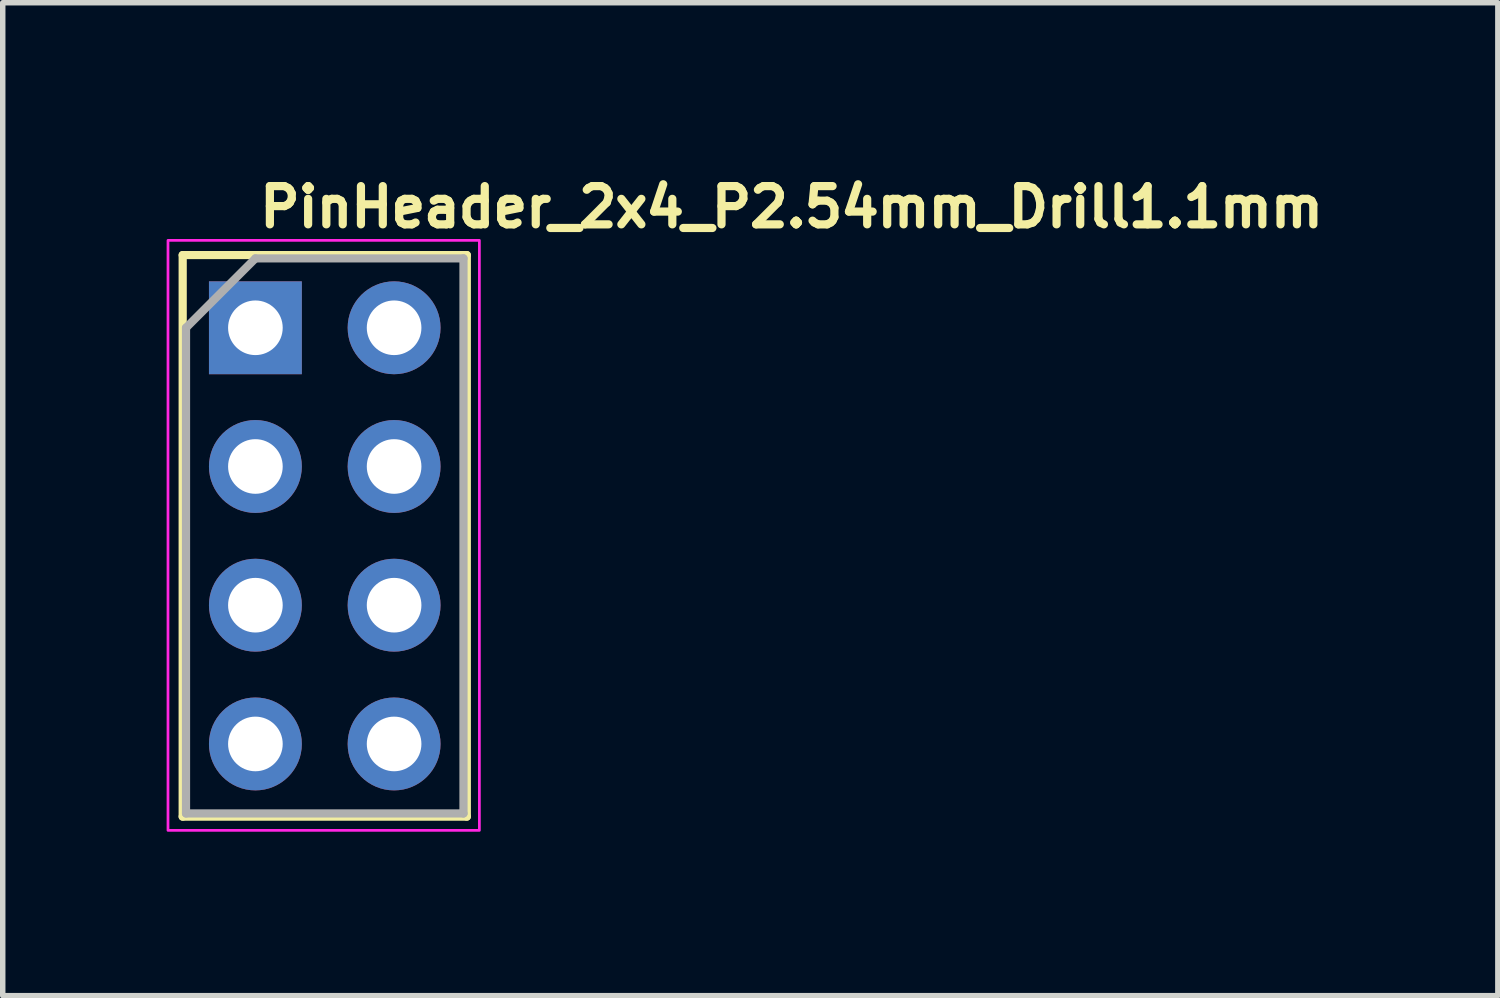
<source format=kicad_pcb>
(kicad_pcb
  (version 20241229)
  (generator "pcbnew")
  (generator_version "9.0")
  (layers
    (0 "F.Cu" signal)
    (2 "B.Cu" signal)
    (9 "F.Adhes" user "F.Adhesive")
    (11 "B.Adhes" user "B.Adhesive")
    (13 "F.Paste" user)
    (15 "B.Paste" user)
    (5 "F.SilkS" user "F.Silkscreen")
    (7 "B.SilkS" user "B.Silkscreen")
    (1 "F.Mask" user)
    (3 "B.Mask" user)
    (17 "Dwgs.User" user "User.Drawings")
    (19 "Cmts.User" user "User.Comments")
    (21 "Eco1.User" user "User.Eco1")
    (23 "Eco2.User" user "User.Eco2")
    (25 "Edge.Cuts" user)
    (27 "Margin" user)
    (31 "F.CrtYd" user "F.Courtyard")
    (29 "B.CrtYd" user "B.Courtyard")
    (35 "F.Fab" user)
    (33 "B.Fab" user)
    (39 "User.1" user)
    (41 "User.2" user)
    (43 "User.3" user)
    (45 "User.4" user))
  (footprint "PinHeader_2x4_P2.54mm_Drill1.1mm"
    (layer "F.Cu")
    (at 1.625 2.95)
    (property "Reference" "PinHeader_2x4_P2.54mm_Drill1.1mm" (at 0 -1.8 0) (layer "F.SilkS") (effects (font (size 0.7 0.7) (thickness 0.15)) (justify left bottom)))
    (attr through_hole)
    (fp_line (start -1.331 -1.331) (end -1.331 8.948) (stroke (width 0.15) (type solid)) (layer "F.SilkS"))
    (fp_line (start -1.331 -1.331) (end 3.87 -1.331) (stroke (width 0.15) (type solid)) (layer "F.SilkS"))
    (fp_line (start -1.331 8.948) (end 3.87 8.948) (stroke (width 0.15) (type solid)) (layer "F.SilkS"))
    (fp_line (start 3.87 -1.331) (end 3.87 8.948) (stroke (width 0.15) (type solid)) (layer "F.SilkS"))
    (fp_rect (start -1.6 -1.6) (end 4.1 9.2) (stroke (width 0.05) (type solid)) (fill no) (layer "F.CrtYd"))
    (fp_line (start -1.27 0) (end 0 -1.27) (stroke (width 0.15) (type solid)) (layer "F.Fab"))
    (fp_line (start -1.27 8.89) (end -1.27 0) (stroke (width 0.15) (type solid)) (layer "F.Fab"))
    (fp_line (start 0 -1.27) (end 3.809 -1.27) (stroke (width 0.15) (type solid)) (layer "F.Fab"))
    (fp_line (start 3.809 -1.27) (end 3.809 8.89) (stroke (width 0.15) (type solid)) (layer "F.Fab"))
    (fp_line (start 3.809 8.89) (end -1.27 8.89) (stroke (width 0.15) (type solid)) (layer "F.Fab"))
    (fp_rect (start 3.781 8.891) (end -1.239 -1.269) (stroke (width 0.1) (type solid)) (fill no) (layer "User.5"))
    (fp_line (start -1.239 -1.269) (end -1.239 1.047) (stroke (width 0.02) (type solid)) (layer "User.9"))
    (fp_line (start -1.239 -1.269) (end 3.781 -1.269) (stroke (width 0.02) (type solid)) (layer "User.9"))
    (fp_line (start -1.239 1.047) (end -1.015 1.27) (stroke (width 0.02) (type solid)) (layer "User.9"))
    (fp_line (start -1.239 1.047) (end 3.781 1.047) (stroke (width 0.02) (type solid)) (layer "User.9"))
    (fp_line (start -1.239 1.496) (end -1.239 3.586) (stroke (width 0.02) (type solid)) (layer "User.9"))
    (fp_line (start -1.239 1.496) (end -1.015 1.27) (stroke (width 0.02) (type solid)) (layer "User.9"))
    (fp_line (start -1.239 1.496) (end 3.781 1.496) (stroke (width 0.02) (type solid)) (layer "User.9"))
    (fp_line (start -1.239 3.586) (end -1.015 3.81) (stroke (width 0.02) (type solid)) (layer "User.9"))
    (fp_line (start -1.239 3.586) (end 3.781 3.586) (stroke (width 0.02) (type solid)) (layer "User.9"))
    (fp_line (start -1.239 4.036) (end -1.239 6.127) (stroke (width 0.02) (type solid)) (layer "User.9"))
    (fp_line (start -1.239 4.036) (end -1.015 3.81) (stroke (width 0.02) (type solid)) (layer "User.9"))
    (fp_line (start -1.239 4.036) (end 3.781 4.036) (stroke (width 0.02) (type solid)) (layer "User.9"))
    (fp_line (start -1.239 6.127) (end -1.015 6.351) (stroke (width 0.02) (type solid)) (layer "User.9"))
    (fp_line (start -1.239 6.127) (end 3.781 6.127) (stroke (width 0.02) (type solid)) (layer "User.9"))
    (fp_line (start -1.239 6.576) (end -1.239 8.891) (stroke (width 0.02) (type solid)) (layer "User.9"))
    (fp_line (start -1.239 6.576) (end -1.015 6.351) (stroke (width 0.02) (type solid)) (layer "User.9"))
    (fp_line (start -1.239 6.576) (end 3.781 6.576) (stroke (width 0.02) (type solid)) (layer "User.9"))
    (fp_line (start -1.239 8.891) (end 3.781 8.891) (stroke (width 0.02) (type solid)) (layer "User.9"))
    (fp_line (start -1.015 1.27) (end 3.556 1.27) (stroke (width 0.02) (type solid)) (layer "User.9"))
    (fp_line (start -1.015 3.81) (end 3.556 3.81) (stroke (width 0.02) (type solid)) (layer "User.9"))
    (fp_line (start -1.015 6.351) (end 3.556 6.351) (stroke (width 0.02) (type solid)) (layer "User.9"))
    (fp_line (start -0.32 -0.32) (end -0.32 0.32) (stroke (width 0.02) (type solid)) (layer "User.9"))
    (fp_line (start -0.32 -0.32) (end -0.064 -0.064) (stroke (width 0.02) (type solid)) (layer "User.9"))
    (fp_line (start -0.32 -0.32) (end 0.32 -0.32) (stroke (width 0.02) (type solid)) (layer "User.9"))
    (fp_line (start -0.32 0.32) (end -0.064 0.064) (stroke (width 0.02) (type solid)) (layer "User.9"))
    (fp_line (start -0.32 0.32) (end 0.32 0.32) (stroke (width 0.02) (type solid)) (layer "User.9"))
    (fp_line (start -0.32 2.222) (end -0.32 2.86) (stroke (width 0.02) (type solid)) (layer "User.9"))
    (fp_line (start -0.32 2.222) (end -0.064 2.476) (stroke (width 0.02) (type solid)) (layer "User.9"))
    (fp_line (start -0.32 2.222) (end 0.32 2.222) (stroke (width 0.02) (type solid)) (layer "User.9"))
    (fp_line (start -0.32 2.86) (end -0.064 2.605) (stroke (width 0.02) (type solid)) (layer "User.9"))
    (fp_line (start -0.32 2.86) (end 0.32 2.86) (stroke (width 0.02) (type solid)) (layer "User.9"))
    (fp_line (start -0.32 4.76) (end -0.32 5.401) (stroke (width 0.02) (type solid)) (layer "User.9"))
    (fp_line (start -0.32 4.76) (end -0.064 5.016) (stroke (width 0.02) (type solid)) (layer "User.9"))
    (fp_line (start -0.32 4.76) (end 0.32 4.76) (stroke (width 0.02) (type solid)) (layer "User.9"))
    (fp_line (start -0.32 5.401) (end -0.064 5.146) (stroke (width 0.02) (type solid)) (layer "User.9"))
    (fp_line (start -0.32 5.401) (end 0.32 5.401) (stroke (width 0.02) (type solid)) (layer "User.9"))
    (fp_line (start -0.32 7.3) (end -0.32 7.941) (stroke (width 0.02) (type solid)) (layer "User.9"))
    (fp_line (start -0.32 7.3) (end -0.064 7.556) (stroke (width 0.02) (type solid)) (layer "User.9"))
    (fp_line (start -0.32 7.3) (end 0.32 7.3) (stroke (width 0.02) (type solid)) (layer "User.9"))
    (fp_line (start -0.32 7.941) (end -0.064 7.686) (stroke (width 0.02) (type solid)) (layer "User.9"))
    (fp_line (start -0.32 7.941) (end 0.32 7.941) (stroke (width 0.02) (type solid)) (layer "User.9"))
    (fp_line (start -0.064 -0.064) (end -0.064 0.064) (stroke (width 0.02) (type solid)) (layer "User.9"))
    (fp_line (start -0.064 -0.064) (end 0.064 -0.064) (stroke (width 0.02) (type solid)) (layer "User.9"))
    (fp_line (start -0.064 0.064) (end 0.064 0.064) (stroke (width 0.02) (type solid)) (layer "User.9"))
    (fp_line (start -0.064 2.476) (end -0.064 2.605) (stroke (width 0.02) (type solid)) (layer "User.9"))
    (fp_line (start -0.064 2.476) (end 0.064 2.476) (stroke (width 0.02) (type solid)) (layer "User.9"))
    (fp_line (start -0.064 2.605) (end 0.064 2.605) (stroke (width 0.02) (type solid)) (layer "User.9"))
    (fp_line (start -0.064 5.016) (end -0.064 5.146) (stroke (width 0.02) (type solid)) (layer "User.9"))
    (fp_line (start -0.064 5.016) (end 0.064 5.016) (stroke (width 0.02) (type solid)) (layer "User.9"))
    (fp_line (start -0.064 5.146) (end 0.064 5.146) (stroke (width 0.02) (type solid)) (layer "User.9"))
    (fp_line (start -0.064 7.556) (end -0.064 7.686) (stroke (width 0.02) (type solid)) (layer "User.9"))
    (fp_line (start -0.064 7.556) (end 0.064 7.556) (stroke (width 0.02) (type solid)) (layer "User.9"))
    (fp_line (start -0.064 7.686) (end 0.064 7.686) (stroke (width 0.02) (type solid)) (layer "User.9"))
    (fp_line (start 0.064 -0.064) (end 0.064 0.064) (stroke (width 0.02) (type solid)) (layer "User.9"))
    (fp_line (start 0.064 2.476) (end 0.064 2.605) (stroke (width 0.02) (type solid)) (layer "User.9"))
    (fp_line (start 0.064 5.016) (end 0.064 5.146) (stroke (width 0.02) (type solid)) (layer "User.9"))
    (fp_line (start 0.064 7.556) (end 0.064 7.686) (stroke (width 0.02) (type solid)) (layer "User.9"))
    (fp_line (start 0.32 -0.32) (end 0.064 -0.064) (stroke (width 0.02) (type solid)) (layer "User.9"))
    (fp_line (start 0.32 -0.32) (end 0.32 0.32) (stroke (width 0.02) (type solid)) (layer "User.9"))
    (fp_line (start 0.32 0.32) (end 0.064 0.064) (stroke (width 0.02) (type solid)) (layer "User.9"))
    (fp_line (start 0.32 2.222) (end 0.064 2.476) (stroke (width 0.02) (type solid)) (layer "User.9"))
    (fp_line (start 0.32 2.222) (end 0.32 2.86) (stroke (width 0.02) (type solid)) (layer "User.9"))
    (fp_line (start 0.32 2.86) (end 0.064 2.605) (stroke (width 0.02) (type solid)) (layer "User.9"))
    (fp_line (start 0.32 4.76) (end 0.064 5.016) (stroke (width 0.02) (type solid)) (layer "User.9"))
    (fp_line (start 0.32 4.76) (end 0.32 5.401) (stroke (width 0.02) (type solid)) (layer "User.9"))
    (fp_line (start 0.32 5.401) (end 0.064 5.146) (stroke (width 0.02) (type solid)) (layer "User.9"))
    (fp_line (start 0.32 7.3) (end 0.064 7.556) (stroke (width 0.02) (type solid)) (layer "User.9"))
    (fp_line (start 0.32 7.3) (end 0.32 7.941) (stroke (width 0.02) (type solid)) (layer "User.9"))
    (fp_line (start 0.32 7.941) (end 0.064 7.686) (stroke (width 0.02) (type solid)) (layer "User.9"))
    (fp_line (start 2.222 -0.32) (end 2.222 0.32) (stroke (width 0.02) (type solid)) (layer "User.9"))
    (fp_line (start 2.222 -0.32) (end 2.476 -0.064) (stroke (width 0.02) (type solid)) (layer "User.9"))
    (fp_line (start 2.222 -0.32) (end 2.86 -0.32) (stroke (width 0.02) (type solid)) (layer "User.9"))
    (fp_line (start 2.222 0.32) (end 2.476 0.064) (stroke (width 0.02) (type solid)) (layer "User.9"))
    (fp_line (start 2.222 0.32) (end 2.86 0.32) (stroke (width 0.02) (type solid)) (layer "User.9"))
    (fp_line (start 2.222 2.222) (end 2.222 2.86) (stroke (width 0.02) (type solid)) (layer "User.9"))
    (fp_line (start 2.222 2.222) (end 2.476 2.476) (stroke (width 0.02) (type solid)) (layer "User.9"))
    (fp_line (start 2.222 2.222) (end 2.86 2.222) (stroke (width 0.02) (type solid)) (layer "User.9"))
    (fp_line (start 2.222 2.86) (end 2.476 2.605) (stroke (width 0.02) (type solid)) (layer "User.9"))
    (fp_line (start 2.222 2.86) (end 2.86 2.86) (stroke (width 0.02) (type solid)) (layer "User.9"))
    (fp_line (start 2.222 4.76) (end 2.222 5.401) (stroke (width 0.02) (type solid)) (layer "User.9"))
    (fp_line (start 2.222 4.76) (end 2.476 5.016) (stroke (width 0.02) (type solid)) (layer "User.9"))
    (fp_line (start 2.222 4.76) (end 2.86 4.76) (stroke (width 0.02) (type solid)) (layer "User.9"))
    (fp_line (start 2.222 5.401) (end 2.476 5.146) (stroke (width 0.02) (type solid)) (layer "User.9"))
    (fp_line (start 2.222 5.401) (end 2.86 5.401) (stroke (width 0.02) (type solid)) (layer "User.9"))
    (fp_line (start 2.222 7.3) (end 2.222 7.941) (stroke (width 0.02) (type solid)) (layer "User.9"))
    (fp_line (start 2.222 7.3) (end 2.476 7.556) (stroke (width 0.02) (type solid)) (layer "User.9"))
    (fp_line (start 2.222 7.3) (end 2.86 7.3) (stroke (width 0.02) (type solid)) (layer "User.9"))
    (fp_line (start 2.222 7.941) (end 2.476 7.686) (stroke (width 0.02) (type solid)) (layer "User.9"))
    (fp_line (start 2.222 7.941) (end 2.86 7.941) (stroke (width 0.02) (type solid)) (layer "User.9"))
    (fp_line (start 2.476 -0.064) (end 2.476 0.064) (stroke (width 0.02) (type solid)) (layer "User.9"))
    (fp_line (start 2.476 -0.064) (end 2.605 -0.064) (stroke (width 0.02) (type solid)) (layer "User.9"))
    (fp_line (start 2.476 0.064) (end 2.605 0.064) (stroke (width 0.02) (type solid)) (layer "User.9"))
    (fp_line (start 2.476 2.476) (end 2.476 2.605) (stroke (width 0.02) (type solid)) (layer "User.9"))
    (fp_line (start 2.476 2.476) (end 2.605 2.476) (stroke (width 0.02) (type solid)) (layer "User.9"))
    (fp_line (start 2.476 2.605) (end 2.605 2.605) (stroke (width 0.02) (type solid)) (layer "User.9"))
    (fp_line (start 2.476 5.016) (end 2.476 5.146) (stroke (width 0.02) (type solid)) (layer "User.9"))
    (fp_line (start 2.476 5.016) (end 2.605 5.016) (stroke (width 0.02) (type solid)) (layer "User.9"))
    (fp_line (start 2.476 5.146) (end 2.605 5.146) (stroke (width 0.02) (type solid)) (layer "User.9"))
    (fp_line (start 2.476 7.556) (end 2.476 7.686) (stroke (width 0.02) (type solid)) (layer "User.9"))
    (fp_line (start 2.476 7.556) (end 2.605 7.556) (stroke (width 0.02) (type solid)) (layer "User.9"))
    (fp_line (start 2.476 7.686) (end 2.605 7.686) (stroke (width 0.02) (type solid)) (layer "User.9"))
    (fp_line (start 2.605 -0.064) (end 2.605 0.064) (stroke (width 0.02) (type solid)) (layer "User.9"))
    (fp_line (start 2.605 2.476) (end 2.605 2.605) (stroke (width 0.02) (type solid)) (layer "User.9"))
    (fp_line (start 2.605 5.016) (end 2.605 5.146) (stroke (width 0.02) (type solid)) (layer "User.9"))
    (fp_line (start 2.605 7.556) (end 2.605 7.686) (stroke (width 0.02) (type solid)) (layer "User.9"))
    (fp_line (start 2.86 -0.32) (end 2.605 -0.064) (stroke (width 0.02) (type solid)) (layer "User.9"))
    (fp_line (start 2.86 -0.32) (end 2.86 0.32) (stroke (width 0.02) (type solid)) (layer "User.9"))
    (fp_line (start 2.86 0.32) (end 2.605 0.064) (stroke (width 0.02) (type solid)) (layer "User.9"))
    (fp_line (start 2.86 2.222) (end 2.605 2.476) (stroke (width 0.02) (type solid)) (layer "User.9"))
    (fp_line (start 2.86 2.222) (end 2.86 2.86) (stroke (width 0.02) (type solid)) (layer "User.9"))
    (fp_line (start 2.86 2.86) (end 2.605 2.605) (stroke (width 0.02) (type solid)) (layer "User.9"))
    (fp_line (start 2.86 4.76) (end 2.605 5.016) (stroke (width 0.02) (type solid)) (layer "User.9"))
    (fp_line (start 2.86 4.76) (end 2.86 5.401) (stroke (width 0.02) (type solid)) (layer "User.9"))
    (fp_line (start 2.86 5.401) (end 2.605 5.146) (stroke (width 0.02) (type solid)) (layer "User.9"))
    (fp_line (start 2.86 7.3) (end 2.605 7.556) (stroke (width 0.02) (type solid)) (layer "User.9"))
    (fp_line (start 2.86 7.3) (end 2.86 7.941) (stroke (width 0.02) (type solid)) (layer "User.9"))
    (fp_line (start 2.86 7.941) (end 2.605 7.686) (stroke (width 0.02) (type solid)) (layer "User.9"))
    (fp_line (start 3.781 -1.269) (end 3.781 1.047) (stroke (width 0.02) (type solid)) (layer "User.9"))
    (fp_line (start 3.781 1.047) (end 3.556 1.27) (stroke (width 0.02) (type solid)) (layer "User.9"))
    (fp_line (start 3.781 1.496) (end 3.556 1.27) (stroke (width 0.02) (type solid)) (layer "User.9"))
    (fp_line (start 3.781 1.496) (end 3.781 3.586) (stroke (width 0.02) (type solid)) (layer "User.9"))
    (fp_line (start 3.781 3.586) (end 3.556 3.81) (stroke (width 0.02) (type solid)) (layer "User.9"))
    (fp_line (start 3.781 4.036) (end 3.556 3.81) (stroke (width 0.02) (type solid)) (layer "User.9"))
    (fp_line (start 3.781 4.036) (end 3.781 6.127) (stroke (width 0.02) (type solid)) (layer "User.9"))
    (fp_line (start 3.781 6.127) (end 3.556 6.351) (stroke (width 0.02) (type solid)) (layer "User.9"))
    (fp_line (start 3.781 6.576) (end 3.556 6.351) (stroke (width 0.02) (type solid)) (layer "User.9"))
    (fp_line (start 3.781 6.576) (end 3.781 8.891) (stroke (width 0.02) (type solid)) (layer "User.9"))
    (pad "1" thru_hole rect (at 0 0) (size 1.7 1.7) (drill 1) (layers "*.Cu" "*.Mask"))
    (pad "2" thru_hole oval (at 2.539 0) (size 1.7 1.7) (drill 1) (layers "*.Cu" "*.Mask"))
    (pad "3" thru_hole oval (at 0 2.539) (size 1.7 1.7) (drill 1) (layers "*.Cu" "*.Mask"))
    (pad "4" thru_hole oval (at 2.539 2.539) (size 1.7 1.7) (drill 1) (layers "*.Cu" "*.Mask"))
    (pad "5" thru_hole oval (at 0 5.078) (size 1.7 1.7) (drill 1) (layers "*.Cu" "*.Mask"))
    (pad "6" thru_hole oval (at 2.539 5.078) (size 1.7 1.7) (drill 1) (layers "*.Cu" "*.Mask"))
    (pad "7" thru_hole oval (at 0 7.618) (size 1.7 1.7) (drill 1) (layers "*.Cu" "*.Mask"))
    (pad "8" thru_hole oval (at 2.539 7.618) (size 1.7 1.7) (drill 1) (layers "*.Cu" "*.Mask")))
  (gr_rect
    (start -3 -3)
    (end 24.368 15.175)
    (stroke (width 0.1) (type default))
    (fill no)
    (layer "Edge.Cuts")))
</source>
